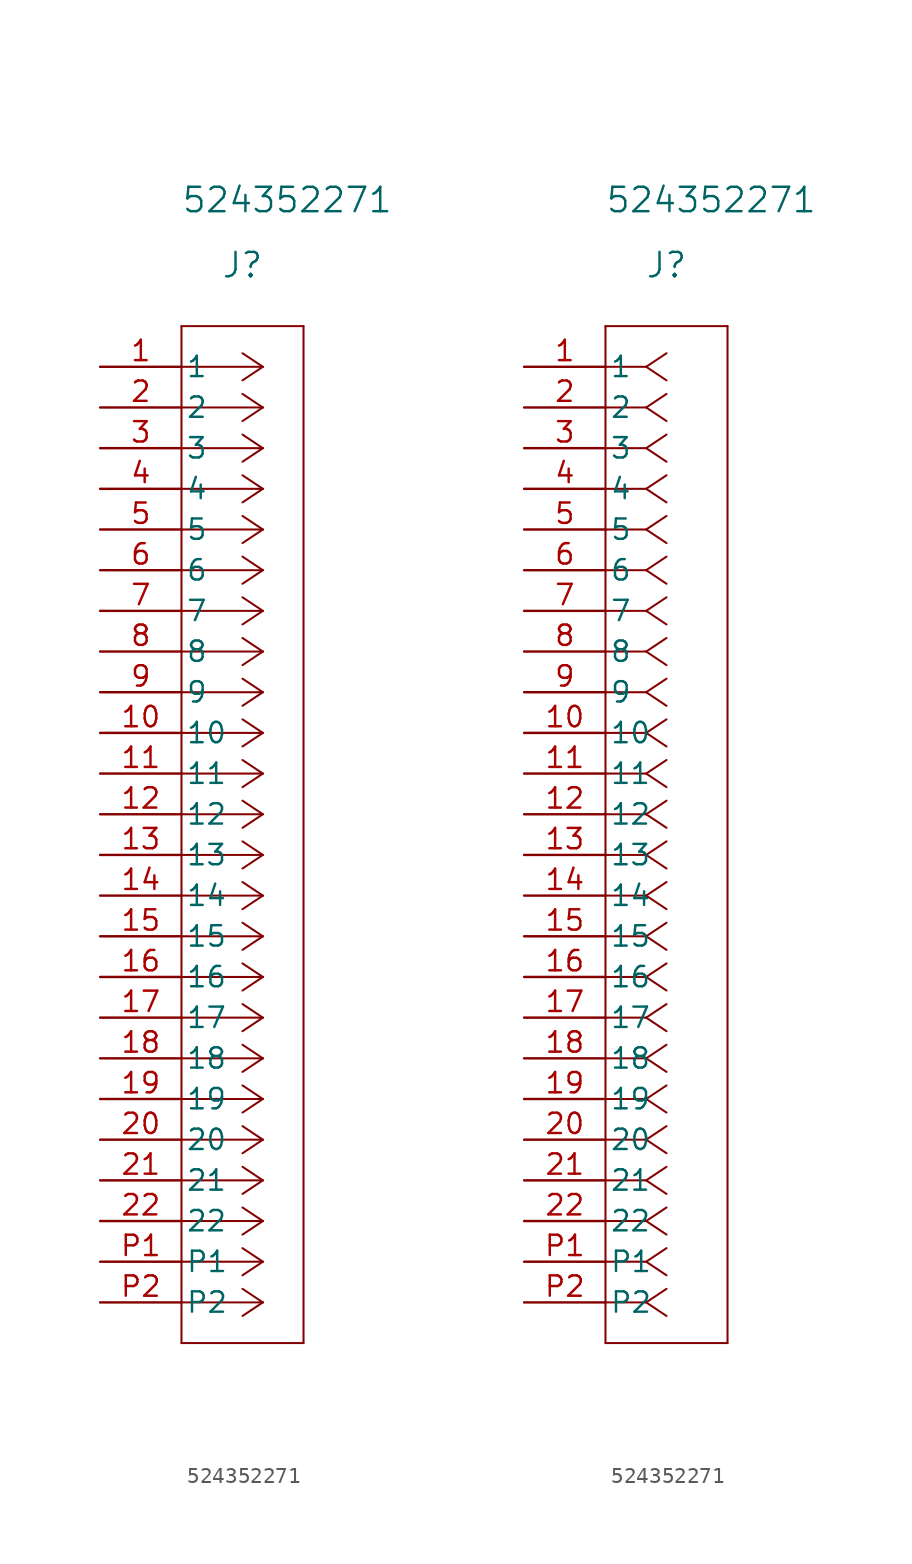
<source format=kicad_sym>
(kicad_symbol_lib
  (version 20231120)
  (generator "kicad_symbol_editor")
  (generator_version "8.0")
  (symbol "524352271"
    (pin_names
      (offset 0.254))
    (property "Reference" "J"
      (at 8.89 6.35 0)
      (effects (font (size 1.524 1.524))))
    (property "Value" "524352271"
      (at 11.684 10.414 0)
      (effects (font (size 1.524 1.524))))
    (symbol "524352271_1_1"
      (polyline (pts (xy 5.08 -60.96) (xy 12.7 -60.96)) (stroke (width 0.127) (type default)) (fill (type none)))
      (polyline (pts (xy 5.08 2.54) (xy 5.08 -60.96)) (stroke (width 0.127) (type default)) (fill (type none)))
      (polyline (pts (xy 10.16 -58.42) (xy 5.08 -58.42)) (stroke (width 0.127) (type default)) (fill (type none)))
      (polyline (pts (xy 10.16 -58.42) (xy 8.89 -59.267)) (stroke (width 0.127) (type default)) (fill (type none)))
      (polyline (pts (xy 10.16 -58.42) (xy 8.89 -57.573)) (stroke (width 0.127) (type default)) (fill (type none)))
      (polyline (pts (xy 10.16 -55.88) (xy 5.08 -55.88)) (stroke (width 0.127) (type default)) (fill (type none)))
      (polyline (pts (xy 10.16 -55.88) (xy 8.89 -56.727)) (stroke (width 0.127) (type default)) (fill (type none)))
      (polyline (pts (xy 10.16 -55.88) (xy 8.89 -55.033)) (stroke (width 0.127) (type default)) (fill (type none)))
      (polyline (pts (xy 10.16 -53.34) (xy 5.08 -53.34)) (stroke (width 0.127) (type default)) (fill (type none)))
      (polyline (pts (xy 10.16 -53.34) (xy 8.89 -54.187)) (stroke (width 0.127) (type default)) (fill (type none)))
      (polyline (pts (xy 10.16 -53.34) (xy 8.89 -52.493)) (stroke (width 0.127) (type default)) (fill (type none)))
      (polyline (pts (xy 10.16 -50.8) (xy 5.08 -50.8)) (stroke (width 0.127) (type default)) (fill (type none)))
      (polyline (pts (xy 10.16 -50.8) (xy 8.89 -51.647)) (stroke (width 0.127) (type default)) (fill (type none)))
      (polyline (pts (xy 10.16 -50.8) (xy 8.89 -49.953)) (stroke (width 0.127) (type default)) (fill (type none)))
      (polyline (pts (xy 10.16 -48.26) (xy 5.08 -48.26)) (stroke (width 0.127) (type default)) (fill (type none)))
      (polyline (pts (xy 10.16 -48.26) (xy 8.89 -49.107)) (stroke (width 0.127) (type default)) (fill (type none)))
      (polyline (pts (xy 10.16 -48.26) (xy 8.89 -47.413)) (stroke (width 0.127) (type default)) (fill (type none)))
      (polyline (pts (xy 10.16 -45.72) (xy 5.08 -45.72)) (stroke (width 0.127) (type default)) (fill (type none)))
      (polyline (pts (xy 10.16 -45.72) (xy 8.89 -46.567)) (stroke (width 0.127) (type default)) (fill (type none)))
      (polyline (pts (xy 10.16 -45.72) (xy 8.89 -44.873)) (stroke (width 0.127) (type default)) (fill (type none)))
      (polyline (pts (xy 10.16 -43.18) (xy 5.08 -43.18)) (stroke (width 0.127) (type default)) (fill (type none)))
      (polyline (pts (xy 10.16 -43.18) (xy 8.89 -44.027)) (stroke (width 0.127) (type default)) (fill (type none)))
      (polyline (pts (xy 10.16 -43.18) (xy 8.89 -42.333)) (stroke (width 0.127) (type default)) (fill (type none)))
      (polyline (pts (xy 10.16 -40.64) (xy 5.08 -40.64)) (stroke (width 0.127) (type default)) (fill (type none)))
      (polyline (pts (xy 10.16 -40.64) (xy 8.89 -41.487)) (stroke (width 0.127) (type default)) (fill (type none)))
      (polyline (pts (xy 10.16 -40.64) (xy 8.89 -39.793)) (stroke (width 0.127) (type default)) (fill (type none)))
      (polyline (pts (xy 10.16 -38.1) (xy 5.08 -38.1)) (stroke (width 0.127) (type default)) (fill (type none)))
      (polyline (pts (xy 10.16 -38.1) (xy 8.89 -38.947)) (stroke (width 0.127) (type default)) (fill (type none)))
      (polyline (pts (xy 10.16 -38.1) (xy 8.89 -37.253)) (stroke (width 0.127) (type default)) (fill (type none)))
      (polyline (pts (xy 10.16 -35.56) (xy 5.08 -35.56)) (stroke (width 0.127) (type default)) (fill (type none)))
      (polyline (pts (xy 10.16 -35.56) (xy 8.89 -36.407)) (stroke (width 0.127) (type default)) (fill (type none)))
      (polyline (pts (xy 10.16 -35.56) (xy 8.89 -34.713)) (stroke (width 0.127) (type default)) (fill (type none)))
      (polyline (pts (xy 10.16 -33.02) (xy 5.08 -33.02)) (stroke (width 0.127) (type default)) (fill (type none)))
      (polyline (pts (xy 10.16 -33.02) (xy 8.89 -33.867)) (stroke (width 0.127) (type default)) (fill (type none)))
      (polyline (pts (xy 10.16 -33.02) (xy 8.89 -32.173)) (stroke (width 0.127) (type default)) (fill (type none)))
      (polyline (pts (xy 10.16 -30.48) (xy 5.08 -30.48)) (stroke (width 0.127) (type default)) (fill (type none)))
      (polyline (pts (xy 10.16 -30.48) (xy 8.89 -31.327)) (stroke (width 0.127) (type default)) (fill (type none)))
      (polyline (pts (xy 10.16 -30.48) (xy 8.89 -29.633)) (stroke (width 0.127) (type default)) (fill (type none)))
      (polyline (pts (xy 10.16 -27.94) (xy 5.08 -27.94)) (stroke (width 0.127) (type default)) (fill (type none)))
      (polyline (pts (xy 10.16 -27.94) (xy 8.89 -28.787)) (stroke (width 0.127) (type default)) (fill (type none)))
      (polyline (pts (xy 10.16 -27.94) (xy 8.89 -27.093)) (stroke (width 0.127) (type default)) (fill (type none)))
      (polyline (pts (xy 10.16 -25.4) (xy 5.08 -25.4)) (stroke (width 0.127) (type default)) (fill (type none)))
      (polyline (pts (xy 10.16 -25.4) (xy 8.89 -26.247)) (stroke (width 0.127) (type default)) (fill (type none)))
      (polyline (pts (xy 10.16 -25.4) (xy 8.89 -24.553)) (stroke (width 0.127) (type default)) (fill (type none)))
      (polyline (pts (xy 10.16 -22.86) (xy 5.08 -22.86)) (stroke (width 0.127) (type default)) (fill (type none)))
      (polyline (pts (xy 10.16 -22.86) (xy 8.89 -23.707)) (stroke (width 0.127) (type default)) (fill (type none)))
      (polyline (pts (xy 10.16 -22.86) (xy 8.89 -22.013)) (stroke (width 0.127) (type default)) (fill (type none)))
      (polyline (pts (xy 10.16 -20.32) (xy 5.08 -20.32)) (stroke (width 0.127) (type default)) (fill (type none)))
      (polyline (pts (xy 10.16 -20.32) (xy 8.89 -21.167)) (stroke (width 0.127) (type default)) (fill (type none)))
      (polyline (pts (xy 10.16 -20.32) (xy 8.89 -19.473)) (stroke (width 0.127) (type default)) (fill (type none)))
      (polyline (pts (xy 10.16 -17.78) (xy 5.08 -17.78)) (stroke (width 0.127) (type default)) (fill (type none)))
      (polyline (pts (xy 10.16 -17.78) (xy 8.89 -18.627)) (stroke (width 0.127) (type default)) (fill (type none)))
      (polyline (pts (xy 10.16 -17.78) (xy 8.89 -16.933)) (stroke (width 0.127) (type default)) (fill (type none)))
      (polyline (pts (xy 10.16 -15.24) (xy 5.08 -15.24)) (stroke (width 0.127) (type default)) (fill (type none)))
      (polyline (pts (xy 10.16 -15.24) (xy 8.89 -16.087)) (stroke (width 0.127) (type default)) (fill (type none)))
      (polyline (pts (xy 10.16 -15.24) (xy 8.89 -14.393)) (stroke (width 0.127) (type default)) (fill (type none)))
      (polyline (pts (xy 10.16 -12.7) (xy 5.08 -12.7)) (stroke (width 0.127) (type default)) (fill (type none)))
      (polyline (pts (xy 10.16 -12.7) (xy 8.89 -13.547)) (stroke (width 0.127) (type default)) (fill (type none)))
      (polyline (pts (xy 10.16 -12.7) (xy 8.89 -11.853)) (stroke (width 0.127) (type default)) (fill (type none)))
      (polyline (pts (xy 10.16 -10.16) (xy 5.08 -10.16)) (stroke (width 0.127) (type default)) (fill (type none)))
      (polyline (pts (xy 10.16 -10.16) (xy 8.89 -11.007)) (stroke (width 0.127) (type default)) (fill (type none)))
      (polyline (pts (xy 10.16 -10.16) (xy 8.89 -9.313)) (stroke (width 0.127) (type default)) (fill (type none)))
      (polyline (pts (xy 10.16 -7.62) (xy 5.08 -7.62)) (stroke (width 0.127) (type default)) (fill (type none)))
      (polyline (pts (xy 10.16 -7.62) (xy 8.89 -8.467)) (stroke (width 0.127) (type default)) (fill (type none)))
      (polyline (pts (xy 10.16 -7.62) (xy 8.89 -6.773)) (stroke (width 0.127) (type default)) (fill (type none)))
      (polyline (pts (xy 10.16 -5.08) (xy 5.08 -5.08)) (stroke (width 0.127) (type default)) (fill (type none)))
      (polyline (pts (xy 10.16 -5.08) (xy 8.89 -5.927)) (stroke (width 0.127) (type default)) (fill (type none)))
      (polyline (pts (xy 10.16 -5.08) (xy 8.89 -4.233)) (stroke (width 0.127) (type default)) (fill (type none)))
      (polyline (pts (xy 10.16 -2.54) (xy 5.08 -2.54)) (stroke (width 0.127) (type default)) (fill (type none)))
      (polyline (pts (xy 10.16 -2.54) (xy 8.89 -3.387)) (stroke (width 0.127) (type default)) (fill (type none)))
      (polyline (pts (xy 10.16 -2.54) (xy 8.89 -1.693)) (stroke (width 0.127) (type default)) (fill (type none)))
      (polyline (pts (xy 10.16 0) (xy 5.08 0)) (stroke (width 0.127) (type default)) (fill (type none)))
      (polyline (pts (xy 10.16 0) (xy 8.89 -0.847)) (stroke (width 0.127) (type default)) (fill (type none)))
      (polyline (pts (xy 10.16 0) (xy 8.89 0.847)) (stroke (width 0.127) (type default)) (fill (type none)))
      (polyline (pts (xy 12.7 -60.96) (xy 12.7 2.54)) (stroke (width 0.127) (type default)) (fill (type none)))
      (polyline (pts (xy 12.7 2.54) (xy 5.08 2.54)) (stroke (width 0.127) (type default)) (fill (type none)))
      (pin power_in line (at 0 0 0) (length 5.08) (name "1" (effects (font (size 1.27 1.27)))) (number "1" (effects (font (size 1.27 1.27)))))
      (pin power_in line (at 0 -22.86 0) (length 5.08) (name "10" (effects (font (size 1.27 1.27)))) (number "10" (effects (font (size 1.27 1.27)))))
      (pin output line (at 0 -25.4 0) (length 5.08) (name "11" (effects (font (size 1.27 1.27)))) (number "11" (effects (font (size 1.27 1.27)))))
      (pin output line (at 0 -27.94 0) (length 5.08) (name "12" (effects (font (size 1.27 1.27)))) (number "12" (effects (font (size 1.27 1.27)))))
      (pin power_in line (at 0 -30.48 0) (length 5.08) (name "13" (effects (font (size 1.27 1.27)))) (number "13" (effects (font (size 1.27 1.27)))))
      (pin output line (at 0 -33.02 0) (length 5.08) (name "14" (effects (font (size 1.27 1.27)))) (number "14" (effects (font (size 1.27 1.27)))))
      (pin output line (at 0 -35.56 0) (length 5.08) (name "15" (effects (font (size 1.27 1.27)))) (number "15" (effects (font (size 1.27 1.27)))))
      (pin power_in line (at 0 -38.1 0) (length 5.08) (name "16" (effects (font (size 1.27 1.27)))) (number "16" (effects (font (size 1.27 1.27)))))
      (pin input line (at 0 -40.64 0) (length 5.08) (name "17" (effects (font (size 1.27 1.27)))) (number "17" (effects (font (size 1.27 1.27)))))
      (pin input line (at 0 -43.18 0) (length 5.08) (name "18" (effects (font (size 1.27 1.27)))) (number "18" (effects (font (size 1.27 1.27)))))
      (pin power_in line (at 0 -45.72 0) (length 5.08) (name "19" (effects (font (size 1.27 1.27)))) (number "19" (effects (font (size 1.27 1.27)))))
      (pin output line (at 0 -2.54 0) (length 5.08) (name "2" (effects (font (size 1.27 1.27)))) (number "2" (effects (font (size 1.27 1.27)))))
      (pin bidirectional line (at 0 -48.26 0) (length 5.08) (name "20" (effects (font (size 1.27 1.27)))) (number "20" (effects (font (size 1.27 1.27)))))
      (pin bidirectional line (at 0 -50.8 0) (length 5.08) (name "21" (effects (font (size 1.27 1.27)))) (number "21" (effects (font (size 1.27 1.27)))))
      (pin power_in line (at 0 -53.34 0) (length 5.08) (name "22" (effects (font (size 1.27 1.27)))) (number "22" (effects (font (size 1.27 1.27)))))
      (pin output line (at 0 -5.08 0) (length 5.08) (name "3" (effects (font (size 1.27 1.27)))) (number "3" (effects (font (size 1.27 1.27)))))
      (pin power_in line (at 0 -7.62 0) (length 5.08) (name "4" (effects (font (size 1.27 1.27)))) (number "4" (effects (font (size 1.27 1.27)))))
      (pin output line (at 0 -10.16 0) (length 5.08) (name "5" (effects (font (size 1.27 1.27)))) (number "5" (effects (font (size 1.27 1.27)))))
      (pin output line (at 0 -12.7 0) (length 5.08) (name "6" (effects (font (size 1.27 1.27)))) (number "6" (effects (font (size 1.27 1.27)))))
      (pin power_in line (at 0 -15.24 0) (length 5.08) (name "7" (effects (font (size 1.27 1.27)))) (number "7" (effects (font (size 1.27 1.27)))))
      (pin output line (at 0 -17.78 0) (length 5.08) (name "8" (effects (font (size 1.27 1.27)))) (number "8" (effects (font (size 1.27 1.27)))))
      (pin output line (at 0 -20.32 0) (length 5.08) (name "9" (effects (font (size 1.27 1.27)))) (number "9" (effects (font (size 1.27 1.27)))))
      (pin power_in line (at 0 -55.88 0) (length 5.08) (name "P1" (effects (font (size 1.27 1.27)))) (number "P1" (effects (font (size 1.27 1.27)))))
      (pin power_in line (at 0 -58.42 0) (length 5.08) (name "P2" (effects (font (size 1.27 1.27)))) (number "P2" (effects (font (size 1.27 1.27))))))
    (symbol "524352271_1_2"
      (polyline (pts (xy 5.08 -60.96) (xy 12.7 -60.96)) (stroke (width 0.127) (type default)) (fill (type none)))
      (polyline (pts (xy 5.08 2.54) (xy 5.08 -60.96)) (stroke (width 0.127) (type default)) (fill (type none)))
      (polyline (pts (xy 7.62 -58.42) (xy 5.08 -58.42)) (stroke (width 0.127) (type default)) (fill (type none)))
      (polyline (pts (xy 7.62 -58.42) (xy 8.89 -59.267)) (stroke (width 0.127) (type default)) (fill (type none)))
      (polyline (pts (xy 7.62 -58.42) (xy 8.89 -57.573)) (stroke (width 0.127) (type default)) (fill (type none)))
      (polyline (pts (xy 7.62 -55.88) (xy 5.08 -55.88)) (stroke (width 0.127) (type default)) (fill (type none)))
      (polyline (pts (xy 7.62 -55.88) (xy 8.89 -56.727)) (stroke (width 0.127) (type default)) (fill (type none)))
      (polyline (pts (xy 7.62 -55.88) (xy 8.89 -55.033)) (stroke (width 0.127) (type default)) (fill (type none)))
      (polyline (pts (xy 7.62 -53.34) (xy 5.08 -53.34)) (stroke (width 0.127) (type default)) (fill (type none)))
      (polyline (pts (xy 7.62 -53.34) (xy 8.89 -54.187)) (stroke (width 0.127) (type default)) (fill (type none)))
      (polyline (pts (xy 7.62 -53.34) (xy 8.89 -52.493)) (stroke (width 0.127) (type default)) (fill (type none)))
      (polyline (pts (xy 7.62 -50.8) (xy 5.08 -50.8)) (stroke (width 0.127) (type default)) (fill (type none)))
      (polyline (pts (xy 7.62 -50.8) (xy 8.89 -51.647)) (stroke (width 0.127) (type default)) (fill (type none)))
      (polyline (pts (xy 7.62 -50.8) (xy 8.89 -49.953)) (stroke (width 0.127) (type default)) (fill (type none)))
      (polyline (pts (xy 7.62 -48.26) (xy 5.08 -48.26)) (stroke (width 0.127) (type default)) (fill (type none)))
      (polyline (pts (xy 7.62 -48.26) (xy 8.89 -49.107)) (stroke (width 0.127) (type default)) (fill (type none)))
      (polyline (pts (xy 7.62 -48.26) (xy 8.89 -47.413)) (stroke (width 0.127) (type default)) (fill (type none)))
      (polyline (pts (xy 7.62 -45.72) (xy 5.08 -45.72)) (stroke (width 0.127) (type default)) (fill (type none)))
      (polyline (pts (xy 7.62 -45.72) (xy 8.89 -46.567)) (stroke (width 0.127) (type default)) (fill (type none)))
      (polyline (pts (xy 7.62 -45.72) (xy 8.89 -44.873)) (stroke (width 0.127) (type default)) (fill (type none)))
      (polyline (pts (xy 7.62 -43.18) (xy 5.08 -43.18)) (stroke (width 0.127) (type default)) (fill (type none)))
      (polyline (pts (xy 7.62 -43.18) (xy 8.89 -44.027)) (stroke (width 0.127) (type default)) (fill (type none)))
      (polyline (pts (xy 7.62 -43.18) (xy 8.89 -42.333)) (stroke (width 0.127) (type default)) (fill (type none)))
      (polyline (pts (xy 7.62 -40.64) (xy 5.08 -40.64)) (stroke (width 0.127) (type default)) (fill (type none)))
      (polyline (pts (xy 7.62 -40.64) (xy 8.89 -41.487)) (stroke (width 0.127) (type default)) (fill (type none)))
      (polyline (pts (xy 7.62 -40.64) (xy 8.89 -39.793)) (stroke (width 0.127) (type default)) (fill (type none)))
      (polyline (pts (xy 7.62 -38.1) (xy 5.08 -38.1)) (stroke (width 0.127) (type default)) (fill (type none)))
      (polyline (pts (xy 7.62 -38.1) (xy 8.89 -38.947)) (stroke (width 0.127) (type default)) (fill (type none)))
      (polyline (pts (xy 7.62 -38.1) (xy 8.89 -37.253)) (stroke (width 0.127) (type default)) (fill (type none)))
      (polyline (pts (xy 7.62 -35.56) (xy 5.08 -35.56)) (stroke (width 0.127) (type default)) (fill (type none)))
      (polyline (pts (xy 7.62 -35.56) (xy 8.89 -36.407)) (stroke (width 0.127) (type default)) (fill (type none)))
      (polyline (pts (xy 7.62 -35.56) (xy 8.89 -34.713)) (stroke (width 0.127) (type default)) (fill (type none)))
      (polyline (pts (xy 7.62 -33.02) (xy 5.08 -33.02)) (stroke (width 0.127) (type default)) (fill (type none)))
      (polyline (pts (xy 7.62 -33.02) (xy 8.89 -33.867)) (stroke (width 0.127) (type default)) (fill (type none)))
      (polyline (pts (xy 7.62 -33.02) (xy 8.89 -32.173)) (stroke (width 0.127) (type default)) (fill (type none)))
      (polyline (pts (xy 7.62 -30.48) (xy 5.08 -30.48)) (stroke (width 0.127) (type default)) (fill (type none)))
      (polyline (pts (xy 7.62 -30.48) (xy 8.89 -31.327)) (stroke (width 0.127) (type default)) (fill (type none)))
      (polyline (pts (xy 7.62 -30.48) (xy 8.89 -29.633)) (stroke (width 0.127) (type default)) (fill (type none)))
      (polyline (pts (xy 7.62 -27.94) (xy 5.08 -27.94)) (stroke (width 0.127) (type default)) (fill (type none)))
      (polyline (pts (xy 7.62 -27.94) (xy 8.89 -28.787)) (stroke (width 0.127) (type default)) (fill (type none)))
      (polyline (pts (xy 7.62 -27.94) (xy 8.89 -27.093)) (stroke (width 0.127) (type default)) (fill (type none)))
      (polyline (pts (xy 7.62 -25.4) (xy 5.08 -25.4)) (stroke (width 0.127) (type default)) (fill (type none)))
      (polyline (pts (xy 7.62 -25.4) (xy 8.89 -26.247)) (stroke (width 0.127) (type default)) (fill (type none)))
      (polyline (pts (xy 7.62 -25.4) (xy 8.89 -24.553)) (stroke (width 0.127) (type default)) (fill (type none)))
      (polyline (pts (xy 7.62 -22.86) (xy 5.08 -22.86)) (stroke (width 0.127) (type default)) (fill (type none)))
      (polyline (pts (xy 7.62 -22.86) (xy 8.89 -23.707)) (stroke (width 0.127) (type default)) (fill (type none)))
      (polyline (pts (xy 7.62 -22.86) (xy 8.89 -22.013)) (stroke (width 0.127) (type default)) (fill (type none)))
      (polyline (pts (xy 7.62 -20.32) (xy 5.08 -20.32)) (stroke (width 0.127) (type default)) (fill (type none)))
      (polyline (pts (xy 7.62 -20.32) (xy 8.89 -21.167)) (stroke (width 0.127) (type default)) (fill (type none)))
      (polyline (pts (xy 7.62 -20.32) (xy 8.89 -19.473)) (stroke (width 0.127) (type default)) (fill (type none)))
      (polyline (pts (xy 7.62 -17.78) (xy 5.08 -17.78)) (stroke (width 0.127) (type default)) (fill (type none)))
      (polyline (pts (xy 7.62 -17.78) (xy 8.89 -18.627)) (stroke (width 0.127) (type default)) (fill (type none)))
      (polyline (pts (xy 7.62 -17.78) (xy 8.89 -16.933)) (stroke (width 0.127) (type default)) (fill (type none)))
      (polyline (pts (xy 7.62 -15.24) (xy 5.08 -15.24)) (stroke (width 0.127) (type default)) (fill (type none)))
      (polyline (pts (xy 7.62 -15.24) (xy 8.89 -16.087)) (stroke (width 0.127) (type default)) (fill (type none)))
      (polyline (pts (xy 7.62 -15.24) (xy 8.89 -14.393)) (stroke (width 0.127) (type default)) (fill (type none)))
      (polyline (pts (xy 7.62 -12.7) (xy 5.08 -12.7)) (stroke (width 0.127) (type default)) (fill (type none)))
      (polyline (pts (xy 7.62 -12.7) (xy 8.89 -13.547)) (stroke (width 0.127) (type default)) (fill (type none)))
      (polyline (pts (xy 7.62 -12.7) (xy 8.89 -11.853)) (stroke (width 0.127) (type default)) (fill (type none)))
      (polyline (pts (xy 7.62 -10.16) (xy 5.08 -10.16)) (stroke (width 0.127) (type default)) (fill (type none)))
      (polyline (pts (xy 7.62 -10.16) (xy 8.89 -11.007)) (stroke (width 0.127) (type default)) (fill (type none)))
      (polyline (pts (xy 7.62 -10.16) (xy 8.89 -9.313)) (stroke (width 0.127) (type default)) (fill (type none)))
      (polyline (pts (xy 7.62 -7.62) (xy 5.08 -7.62)) (stroke (width 0.127) (type default)) (fill (type none)))
      (polyline (pts (xy 7.62 -7.62) (xy 8.89 -8.467)) (stroke (width 0.127) (type default)) (fill (type none)))
      (polyline (pts (xy 7.62 -7.62) (xy 8.89 -6.773)) (stroke (width 0.127) (type default)) (fill (type none)))
      (polyline (pts (xy 7.62 -5.08) (xy 5.08 -5.08)) (stroke (width 0.127) (type default)) (fill (type none)))
      (polyline (pts (xy 7.62 -5.08) (xy 8.89 -5.927)) (stroke (width 0.127) (type default)) (fill (type none)))
      (polyline (pts (xy 7.62 -5.08) (xy 8.89 -4.233)) (stroke (width 0.127) (type default)) (fill (type none)))
      (polyline (pts (xy 7.62 -2.54) (xy 5.08 -2.54)) (stroke (width 0.127) (type default)) (fill (type none)))
      (polyline (pts (xy 7.62 -2.54) (xy 8.89 -3.387)) (stroke (width 0.127) (type default)) (fill (type none)))
      (polyline (pts (xy 7.62 -2.54) (xy 8.89 -1.693)) (stroke (width 0.127) (type default)) (fill (type none)))
      (polyline (pts (xy 7.62 0) (xy 5.08 0)) (stroke (width 0.127) (type default)) (fill (type none)))
      (polyline (pts (xy 7.62 0) (xy 8.89 -0.847)) (stroke (width 0.127) (type default)) (fill (type none)))
      (polyline (pts (xy 7.62 0) (xy 8.89 0.847)) (stroke (width 0.127) (type default)) (fill (type none)))
      (polyline (pts (xy 12.7 -60.96) (xy 12.7 2.54)) (stroke (width 0.127) (type default)) (fill (type none)))
      (polyline (pts (xy 12.7 2.54) (xy 5.08 2.54)) (stroke (width 0.127) (type default)) (fill (type none)))
      (pin unspecified line (at 0 0 0) (length 5.08) (name "1" (effects (font (size 1.27 1.27)))) (number "1" (effects (font (size 1.27 1.27)))))
      (pin unspecified line (at 0 -22.86 0) (length 5.08) (name "10" (effects (font (size 1.27 1.27)))) (number "10" (effects (font (size 1.27 1.27)))))
      (pin unspecified line (at 0 -25.4 0) (length 5.08) (name "11" (effects (font (size 1.27 1.27)))) (number "11" (effects (font (size 1.27 1.27)))))
      (pin unspecified line (at 0 -27.94 0) (length 5.08) (name "12" (effects (font (size 1.27 1.27)))) (number "12" (effects (font (size 1.27 1.27)))))
      (pin unspecified line (at 0 -30.48 0) (length 5.08) (name "13" (effects (font (size 1.27 1.27)))) (number "13" (effects (font (size 1.27 1.27)))))
      (pin unspecified line (at 0 -33.02 0) (length 5.08) (name "14" (effects (font (size 1.27 1.27)))) (number "14" (effects (font (size 1.27 1.27)))))
      (pin unspecified line (at 0 -35.56 0) (length 5.08) (name "15" (effects (font (size 1.27 1.27)))) (number "15" (effects (font (size 1.27 1.27)))))
      (pin unspecified line (at 0 -38.1 0) (length 5.08) (name "16" (effects (font (size 1.27 1.27)))) (number "16" (effects (font (size 1.27 1.27)))))
      (pin unspecified line (at 0 -40.64 0) (length 5.08) (name "17" (effects (font (size 1.27 1.27)))) (number "17" (effects (font (size 1.27 1.27)))))
      (pin unspecified line (at 0 -43.18 0) (length 5.08) (name "18" (effects (font (size 1.27 1.27)))) (number "18" (effects (font (size 1.27 1.27)))))
      (pin unspecified line (at 0 -45.72 0) (length 5.08) (name "19" (effects (font (size 1.27 1.27)))) (number "19" (effects (font (size 1.27 1.27)))))
      (pin unspecified line (at 0 -2.54 0) (length 5.08) (name "2" (effects (font (size 1.27 1.27)))) (number "2" (effects (font (size 1.27 1.27)))))
      (pin unspecified line (at 0 -48.26 0) (length 5.08) (name "20" (effects (font (size 1.27 1.27)))) (number "20" (effects (font (size 1.27 1.27)))))
      (pin unspecified line (at 0 -50.8 0) (length 5.08) (name "21" (effects (font (size 1.27 1.27)))) (number "21" (effects (font (size 1.27 1.27)))))
      (pin unspecified line (at 0 -53.34 0) (length 5.08) (name "22" (effects (font (size 1.27 1.27)))) (number "22" (effects (font (size 1.27 1.27)))))
      (pin unspecified line (at 0 -5.08 0) (length 5.08) (name "3" (effects (font (size 1.27 1.27)))) (number "3" (effects (font (size 1.27 1.27)))))
      (pin unspecified line (at 0 -7.62 0) (length 5.08) (name "4" (effects (font (size 1.27 1.27)))) (number "4" (effects (font (size 1.27 1.27)))))
      (pin unspecified line (at 0 -10.16 0) (length 5.08) (name "5" (effects (font (size 1.27 1.27)))) (number "5" (effects (font (size 1.27 1.27)))))
      (pin unspecified line (at 0 -12.7 0) (length 5.08) (name "6" (effects (font (size 1.27 1.27)))) (number "6" (effects (font (size 1.27 1.27)))))
      (pin unspecified line (at 0 -15.24 0) (length 5.08) (name "7" (effects (font (size 1.27 1.27)))) (number "7" (effects (font (size 1.27 1.27)))))
      (pin unspecified line (at 0 -17.78 0) (length 5.08) (name "8" (effects (font (size 1.27 1.27)))) (number "8" (effects (font (size 1.27 1.27)))))
      (pin unspecified line (at 0 -20.32 0) (length 5.08) (name "9" (effects (font (size 1.27 1.27)))) (number "9" (effects (font (size 1.27 1.27)))))
      (pin unspecified line (at 0 -55.88 0) (length 5.08) (name "P1" (effects (font (size 1.27 1.27)))) (number "P1" (effects (font (size 1.27 1.27)))))
      (pin unspecified line (at 0 -58.42 0) (length 5.08) (name "P2" (effects (font (size 1.27 1.27)))) (number "P2" (effects (font (size 1.27 1.27))))))))
</source>
